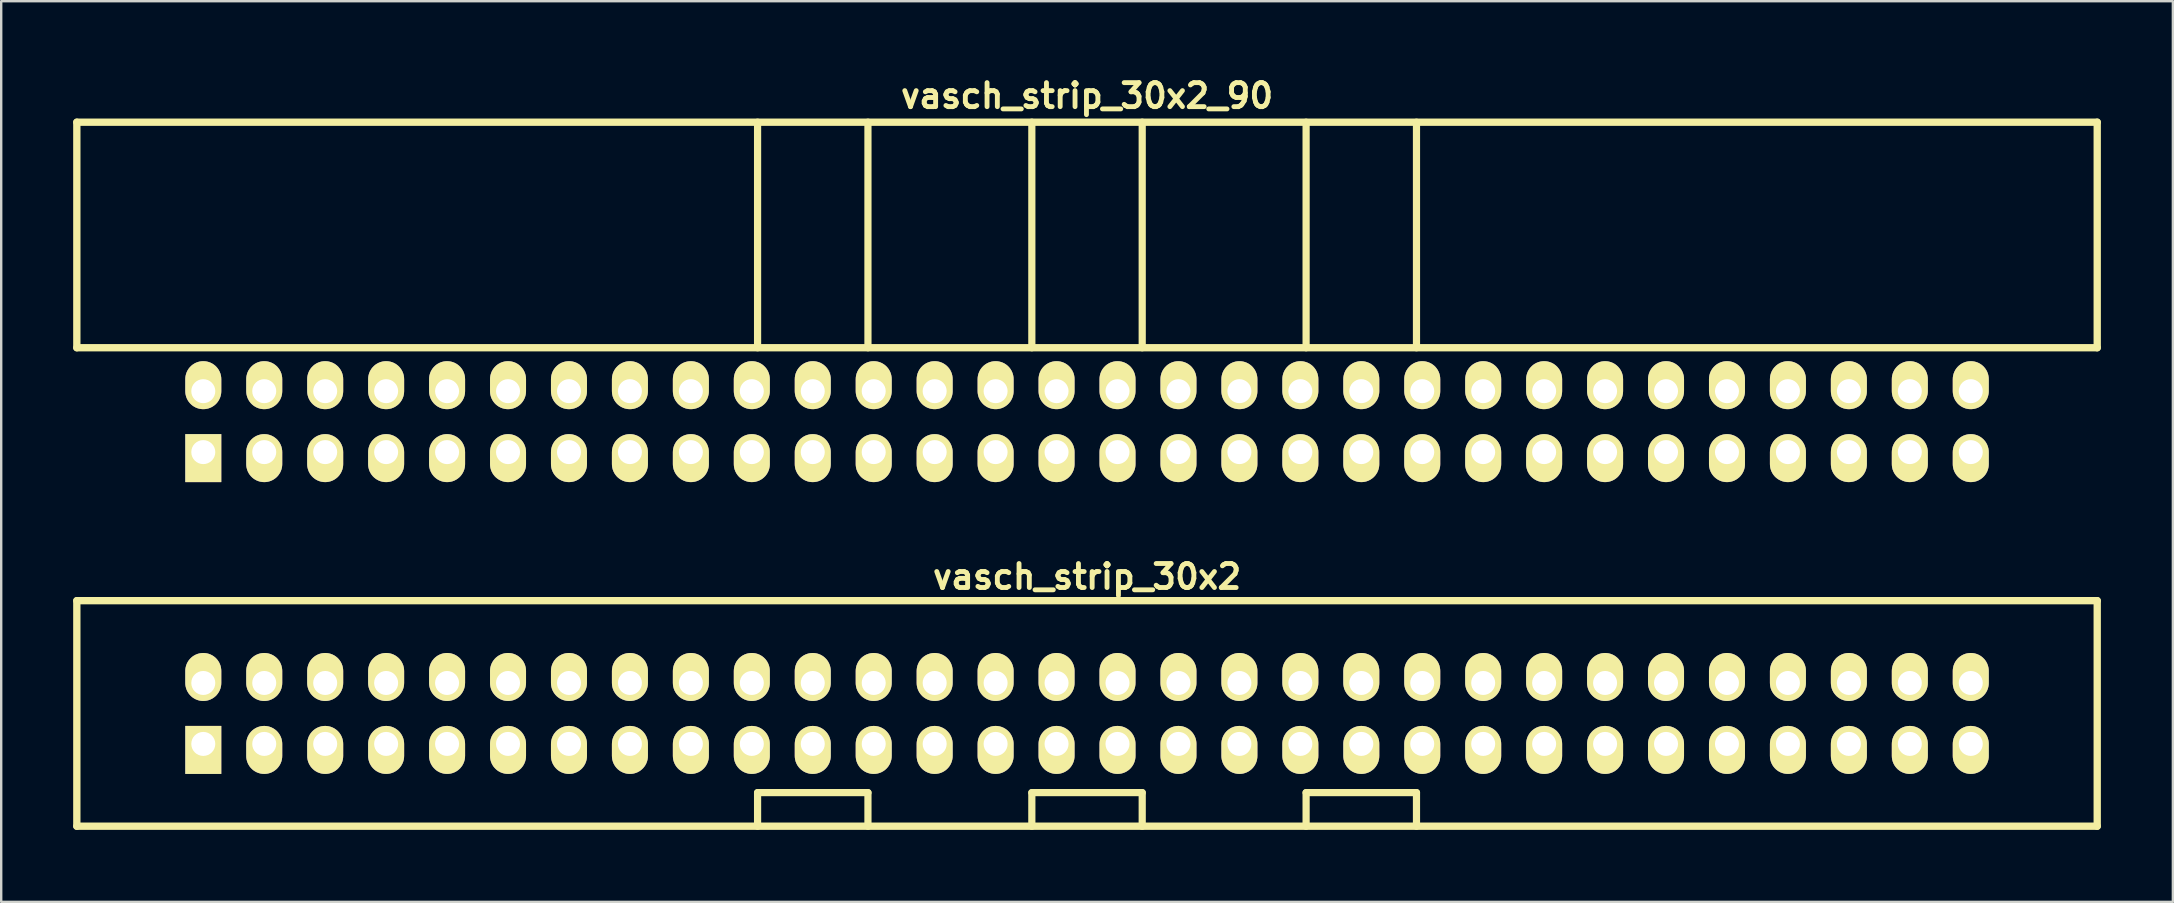
<source format=kicad_pcb>
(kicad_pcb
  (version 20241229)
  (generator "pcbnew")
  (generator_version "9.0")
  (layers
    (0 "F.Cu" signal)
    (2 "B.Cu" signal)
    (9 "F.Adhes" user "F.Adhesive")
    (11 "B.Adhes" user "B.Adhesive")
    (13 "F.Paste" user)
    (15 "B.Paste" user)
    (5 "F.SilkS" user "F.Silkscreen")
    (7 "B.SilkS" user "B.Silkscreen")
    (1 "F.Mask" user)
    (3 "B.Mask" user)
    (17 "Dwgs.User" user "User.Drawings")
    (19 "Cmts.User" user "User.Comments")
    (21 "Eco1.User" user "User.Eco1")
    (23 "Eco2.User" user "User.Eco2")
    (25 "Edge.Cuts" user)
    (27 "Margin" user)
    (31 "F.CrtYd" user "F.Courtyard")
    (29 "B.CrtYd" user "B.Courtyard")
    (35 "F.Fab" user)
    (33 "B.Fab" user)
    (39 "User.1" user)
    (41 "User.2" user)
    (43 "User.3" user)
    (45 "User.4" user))
  (footprint "vasch_strip_30x2"
    (layer "F.Cu")
    (at 42.252 26.683)
    (property "Reference" "vasch_strip_30x2" (at 0 -5.7 0) (layer "F.SilkS") (effects (font (size 1 1) (thickness 0.203))))
    (attr through_hole)
    (fp_line (start -42.1 -4.7) (end -42.1 4.7) (stroke (width 0.305) (type solid)) (layer "F.SilkS"))
    (fp_line (start -42.1 4.7) (end 42.1 4.7) (stroke (width 0.305) (type solid)) (layer "F.SilkS"))
    (fp_line (start -13.73 3.3) (end -13.73 4.7) (stroke (width 0.3) (type solid)) (layer "F.SilkS"))
    (fp_line (start -9.13 3.3) (end -13.73 3.3) (stroke (width 0.3) (type solid)) (layer "F.SilkS"))
    (fp_line (start -9.13 4.7) (end -9.13 3.3) (stroke (width 0.3) (type solid)) (layer "F.SilkS"))
    (fp_line (start -2.3 3.3) (end -2.3 4.7) (stroke (width 0.3) (type solid)) (layer "F.SilkS"))
    (fp_line (start 2.3 3.3) (end -2.3 3.3) (stroke (width 0.3) (type solid)) (layer "F.SilkS"))
    (fp_line (start 2.3 4.7) (end 2.3 3.3) (stroke (width 0.3) (type solid)) (layer "F.SilkS"))
    (fp_line (start 9.13 3.3) (end 9.13 4.7) (stroke (width 0.3) (type solid)) (layer "F.SilkS"))
    (fp_line (start 13.73 3.3) (end 9.13 3.3) (stroke (width 0.3) (type solid)) (layer "F.SilkS"))
    (fp_line (start 13.73 4.7) (end 13.73 3.3) (stroke (width 0.3) (type solid)) (layer "F.SilkS"))
    (fp_line (start 42.1 -4.7) (end -42.1 -4.7) (stroke (width 0.305) (type solid)) (layer "F.SilkS"))
    (fp_line (start 42.1 -4.7) (end 42.1 4.7) (stroke (width 0.305) (type solid)) (layer "F.SilkS"))
    (pad "1" thru_hole rect (at -36.83 1.27) (size 1.5 2) (drill 1 (offset 0 0.25)) (layers "*.Cu" "*.Mask" "F.SilkS"))
    (pad "2" thru_hole oval (at -36.83 -1.27) (size 1.5 2) (drill 1 (offset 0 -0.25)) (layers "*.Cu" "*.Mask" "F.SilkS"))
    (pad "3" thru_hole oval (at -34.29 1.27) (size 1.5 2) (drill 1 (offset 0 0.25)) (layers "*.Cu" "*.Mask" "F.SilkS"))
    (pad "4" thru_hole oval (at -34.29 -1.27) (size 1.5 2) (drill 1 (offset 0 -0.25)) (layers "*.Cu" "*.Mask" "F.SilkS"))
    (pad "5" thru_hole oval (at -31.75 1.27) (size 1.5 2) (drill 1 (offset 0 0.25)) (layers "*.Cu" "*.Mask" "F.SilkS"))
    (pad "6" thru_hole oval (at -31.75 -1.27) (size 1.5 2) (drill 1 (offset 0 -0.25)) (layers "*.Cu" "*.Mask" "F.SilkS"))
    (pad "7" thru_hole oval (at -29.21 1.27) (size 1.5 2) (drill 1 (offset 0 0.25)) (layers "*.Cu" "*.Mask" "F.SilkS"))
    (pad "8" thru_hole oval (at -29.21 -1.27) (size 1.5 2) (drill 1 (offset 0 -0.25)) (layers "*.Cu" "*.Mask" "F.SilkS"))
    (pad "9" thru_hole oval (at -26.67 1.27) (size 1.5 2) (drill 1 (offset 0 0.25)) (layers "*.Cu" "*.Mask" "F.SilkS"))
    (pad "10" thru_hole oval (at -26.67 -1.27) (size 1.5 2) (drill 1 (offset 0 -0.25)) (layers "*.Cu" "*.Mask" "F.SilkS"))
    (pad "11" thru_hole oval (at -24.13 1.27) (size 1.5 2) (drill 1 (offset 0 0.25)) (layers "*.Cu" "*.Mask" "F.SilkS"))
    (pad "12" thru_hole oval (at -24.13 -1.27) (size 1.5 2) (drill 1 (offset 0 -0.25)) (layers "*.Cu" "*.Mask" "F.SilkS"))
    (pad "13" thru_hole oval (at -21.59 1.27) (size 1.5 2) (drill 1 (offset 0 0.25)) (layers "*.Cu" "*.Mask" "F.SilkS"))
    (pad "14" thru_hole oval (at -21.59 -1.27) (size 1.5 2) (drill 1 (offset 0 -0.25)) (layers "*.Cu" "*.Mask" "F.SilkS"))
    (pad "15" thru_hole oval (at -19.05 1.27) (size 1.5 2) (drill 1 (offset 0 0.25)) (layers "*.Cu" "*.Mask" "F.SilkS"))
    (pad "16" thru_hole oval (at -19.05 -1.27) (size 1.5 2) (drill 1 (offset 0 -0.25)) (layers "*.Cu" "*.Mask" "F.SilkS"))
    (pad "17" thru_hole oval (at -16.51 1.27) (size 1.5 2) (drill 1 (offset 0 0.25)) (layers "*.Cu" "*.Mask" "F.SilkS"))
    (pad "18" thru_hole oval (at -16.51 -1.27) (size 1.5 2) (drill 1 (offset 0 -0.25)) (layers "*.Cu" "*.Mask" "F.SilkS"))
    (pad "19" thru_hole oval (at -13.97 1.27) (size 1.5 2) (drill 1 (offset 0 0.25)) (layers "*.Cu" "*.Mask" "F.SilkS"))
    (pad "20" thru_hole oval (at -13.97 -1.27) (size 1.5 2) (drill 1 (offset 0 -0.25)) (layers "*.Cu" "*.Mask" "F.SilkS"))
    (pad "21" thru_hole oval (at -11.43 1.27) (size 1.5 2) (drill 1 (offset 0 0.25)) (layers "*.Cu" "*.Mask" "F.SilkS"))
    (pad "22" thru_hole oval (at -11.43 -1.27) (size 1.5 2) (drill 1 (offset 0 -0.25)) (layers "*.Cu" "*.Mask" "F.SilkS"))
    (pad "23" thru_hole oval (at -8.89 1.27) (size 1.5 2) (drill 1 (offset 0 0.25)) (layers "*.Cu" "*.Mask" "F.SilkS"))
    (pad "24" thru_hole oval (at -8.89 -1.27) (size 1.5 2) (drill 1 (offset 0 -0.25)) (layers "*.Cu" "*.Mask" "F.SilkS"))
    (pad "25" thru_hole oval (at -6.35 1.27) (size 1.5 2) (drill 1 (offset 0 0.25)) (layers "*.Cu" "*.Mask" "F.SilkS"))
    (pad "26" thru_hole oval (at -6.35 -1.27) (size 1.5 2) (drill 1 (offset 0 -0.25)) (layers "*.Cu" "*.Mask" "F.SilkS"))
    (pad "27" thru_hole oval (at -3.81 1.27) (size 1.5 2) (drill 1 (offset 0 0.25)) (layers "*.Cu" "*.Mask" "F.SilkS"))
    (pad "28" thru_hole oval (at -3.81 -1.27) (size 1.5 2) (drill 1 (offset 0 -0.25)) (layers "*.Cu" "*.Mask" "F.SilkS"))
    (pad "29" thru_hole oval (at -1.27 1.27) (size 1.5 2) (drill 1 (offset 0 0.25)) (layers "*.Cu" "*.Mask" "F.SilkS"))
    (pad "30" thru_hole oval (at -1.27 -1.27) (size 1.5 2) (drill 1 (offset 0 -0.25)) (layers "*.Cu" "*.Mask" "F.SilkS"))
    (pad "31" thru_hole oval (at 1.27 1.27) (size 1.5 2) (drill 1 (offset 0 0.25)) (layers "*.Cu" "*.Mask" "F.SilkS"))
    (pad "32" thru_hole oval (at 1.27 -1.27) (size 1.5 2) (drill 1 (offset 0 -0.25)) (layers "*.Cu" "*.Mask" "F.SilkS"))
    (pad "33" thru_hole oval (at 3.81 1.27) (size 1.5 2) (drill 1 (offset 0 0.25)) (layers "*.Cu" "*.Mask" "F.SilkS"))
    (pad "34" thru_hole oval (at 3.81 -1.27) (size 1.5 2) (drill 1 (offset 0 -0.25)) (layers "*.Cu" "*.Mask" "F.SilkS"))
    (pad "35" thru_hole oval (at 6.35 1.27) (size 1.5 2) (drill 1 (offset 0 0.25)) (layers "*.Cu" "*.Mask" "F.SilkS"))
    (pad "36" thru_hole oval (at 6.35 -1.27) (size 1.5 2) (drill 1 (offset 0 -0.25)) (layers "*.Cu" "*.Mask" "F.SilkS"))
    (pad "37" thru_hole oval (at 8.89 1.27) (size 1.5 2) (drill 1 (offset 0 0.25)) (layers "*.Cu" "*.Mask" "F.SilkS"))
    (pad "38" thru_hole oval (at 8.89 -1.27) (size 1.5 2) (drill 1 (offset 0 -0.25)) (layers "*.Cu" "*.Mask" "F.SilkS"))
    (pad "39" thru_hole oval (at 11.43 1.27) (size 1.5 2) (drill 1 (offset 0 0.25)) (layers "*.Cu" "*.Mask" "F.SilkS"))
    (pad "40" thru_hole oval (at 11.43 -1.27) (size 1.5 2) (drill 1 (offset 0 -0.25)) (layers "*.Cu" "*.Mask" "F.SilkS"))
    (pad "41" thru_hole oval (at 13.97 1.27) (size 1.5 2) (drill 1 (offset 0 0.25)) (layers "*.Cu" "*.Mask" "F.SilkS"))
    (pad "42" thru_hole oval (at 13.97 -1.27) (size 1.5 2) (drill 1 (offset 0 -0.25)) (layers "*.Cu" "*.Mask" "F.SilkS"))
    (pad "43" thru_hole oval (at 16.51 1.27) (size 1.5 2) (drill 1 (offset 0 0.25)) (layers "*.Cu" "*.Mask" "F.SilkS"))
    (pad "44" thru_hole oval (at 16.51 -1.27) (size 1.5 2) (drill 1 (offset 0 -0.25)) (layers "*.Cu" "*.Mask" "F.SilkS"))
    (pad "45" thru_hole oval (at 19.05 1.27) (size 1.5 2) (drill 1 (offset 0 0.25)) (layers "*.Cu" "*.Mask" "F.SilkS"))
    (pad "46" thru_hole oval (at 19.05 -1.27) (size 1.5 2) (drill 1 (offset 0 -0.25)) (layers "*.Cu" "*.Mask" "F.SilkS"))
    (pad "47" thru_hole oval (at 21.59 1.27) (size 1.5 2) (drill 1 (offset 0 0.25)) (layers "*.Cu" "*.Mask" "F.SilkS"))
    (pad "48" thru_hole oval (at 21.59 -1.27) (size 1.5 2) (drill 1 (offset 0 -0.25)) (layers "*.Cu" "*.Mask" "F.SilkS"))
    (pad "49" thru_hole oval (at 24.13 1.27) (size 1.5 2) (drill 1 (offset 0 0.25)) (layers "*.Cu" "*.Mask" "F.SilkS"))
    (pad "50" thru_hole oval (at 24.13 -1.27) (size 1.5 2) (drill 1 (offset 0 -0.25)) (layers "*.Cu" "*.Mask" "F.SilkS"))
    (pad "51" thru_hole oval (at 26.67 1.27) (size 1.5 2) (drill 1 (offset 0 0.25)) (layers "*.Cu" "*.Mask" "F.SilkS"))
    (pad "52" thru_hole oval (at 26.67 -1.27) (size 1.5 2) (drill 1 (offset 0 -0.25)) (layers "*.Cu" "*.Mask" "F.SilkS"))
    (pad "53" thru_hole oval (at 29.21 1.27) (size 1.5 2) (drill 1 (offset 0 0.25)) (layers "*.Cu" "*.Mask" "F.SilkS"))
    (pad "54" thru_hole oval (at 29.21 -1.27) (size 1.5 2) (drill 1 (offset 0 -0.25)) (layers "*.Cu" "*.Mask" "F.SilkS"))
    (pad "55" thru_hole oval (at 31.75 1.27) (size 1.5 2) (drill 1 (offset 0 0.25)) (layers "*.Cu" "*.Mask" "F.SilkS"))
    (pad "56" thru_hole oval (at 31.75 -1.27) (size 1.5 2) (drill 1 (offset 0 -0.25)) (layers "*.Cu" "*.Mask" "F.SilkS"))
    (pad "57" thru_hole oval (at 34.29 1.27) (size 1.5 2) (drill 1 (offset 0 0.25)) (layers "*.Cu" "*.Mask" "F.SilkS"))
    (pad "58" thru_hole oval (at 34.29 -1.27) (size 1.5 2) (drill 1 (offset 0 -0.25)) (layers "*.Cu" "*.Mask" "F.SilkS"))
    (pad "59" thru_hole oval (at 36.83 1.27) (size 1.5 2) (drill 1 (offset 0 0.25)) (layers "*.Cu" "*.Mask" "F.SilkS"))
    (pad "60" thru_hole oval (at 36.83 -1.27) (size 1.5 2) (drill 1 (offset 0 -0.25)) (layers "*.Cu" "*.Mask" "F.SilkS")))
  (footprint "vasch_strip_30x2_90"
    (layer "F.Cu")
    (at 42.252 9.442)
    (property "Reference" "vasch_strip_30x2_90" (at 0 -8.5 0) (layer "F.SilkS") (effects (font (size 1 1) (thickness 0.203))))
    (attr through_hole)
    (fp_line (start -42.1 -7.4) (end -42.1 2) (stroke (width 0.305) (type solid)) (layer "F.SilkS"))
    (fp_line (start -42.1 2) (end 42.1 2) (stroke (width 0.305) (type solid)) (layer "F.SilkS"))
    (fp_line (start -13.73 -7.4) (end -13.73 2) (stroke (width 0.3) (type solid)) (layer "F.SilkS"))
    (fp_line (start -9.13 -7.4) (end -9.13 2) (stroke (width 0.3) (type solid)) (layer "F.SilkS"))
    (fp_line (start -2.3 -7.4) (end -2.3 2) (stroke (width 0.3) (type solid)) (layer "F.SilkS"))
    (fp_line (start 2.3 -7.4) (end 2.3 2) (stroke (width 0.3) (type solid)) (layer "F.SilkS"))
    (fp_line (start 9.13 -7.4) (end 9.13 2) (stroke (width 0.3) (type solid)) (layer "F.SilkS"))
    (fp_line (start 13.73 -7.4) (end 13.73 2) (stroke (width 0.3) (type solid)) (layer "F.SilkS"))
    (fp_line (start 42.1 -7.4) (end -42.1 -7.4) (stroke (width 0.305) (type solid)) (layer "F.SilkS"))
    (fp_line (start 42.1 -7.4) (end 42.1 2) (stroke (width 0.305) (type solid)) (layer "F.SilkS"))
    (pad "1" thru_hole rect (at -36.83 6.35) (size 1.5 2) (drill 1 (offset 0 0.25)) (layers "*.Cu" "*.Mask" "F.SilkS"))
    (pad "2" thru_hole oval (at -36.83 3.81) (size 1.5 2) (drill 1 (offset 0 -0.25)) (layers "*.Cu" "*.Mask" "F.SilkS"))
    (pad "3" thru_hole oval (at -34.29 6.35) (size 1.5 2) (drill 1 (offset 0 0.25)) (layers "*.Cu" "*.Mask" "F.SilkS"))
    (pad "4" thru_hole oval (at -34.29 3.81) (size 1.5 2) (drill 1 (offset 0 -0.25)) (layers "*.Cu" "*.Mask" "F.SilkS"))
    (pad "5" thru_hole oval (at -31.75 6.35) (size 1.5 2) (drill 1 (offset 0 0.25)) (layers "*.Cu" "*.Mask" "F.SilkS"))
    (pad "6" thru_hole oval (at -31.75 3.81) (size 1.5 2) (drill 1 (offset 0 -0.25)) (layers "*.Cu" "*.Mask" "F.SilkS"))
    (pad "7" thru_hole oval (at -29.21 6.35) (size 1.5 2) (drill 1 (offset 0 0.25)) (layers "*.Cu" "*.Mask" "F.SilkS"))
    (pad "8" thru_hole oval (at -29.21 3.81) (size 1.5 2) (drill 1 (offset 0 -0.25)) (layers "*.Cu" "*.Mask" "F.SilkS"))
    (pad "9" thru_hole oval (at -26.67 6.35) (size 1.5 2) (drill 1 (offset 0 0.25)) (layers "*.Cu" "*.Mask" "F.SilkS"))
    (pad "10" thru_hole oval (at -26.67 3.81) (size 1.5 2) (drill 1 (offset 0 -0.25)) (layers "*.Cu" "*.Mask" "F.SilkS"))
    (pad "11" thru_hole oval (at -24.13 6.35) (size 1.5 2) (drill 1 (offset 0 0.25)) (layers "*.Cu" "*.Mask" "F.SilkS"))
    (pad "12" thru_hole oval (at -24.13 3.81) (size 1.5 2) (drill 1 (offset 0 -0.25)) (layers "*.Cu" "*.Mask" "F.SilkS"))
    (pad "13" thru_hole oval (at -21.59 6.35) (size 1.5 2) (drill 1 (offset 0 0.25)) (layers "*.Cu" "*.Mask" "F.SilkS"))
    (pad "14" thru_hole oval (at -21.59 3.81) (size 1.5 2) (drill 1 (offset 0 -0.25)) (layers "*.Cu" "*.Mask" "F.SilkS"))
    (pad "15" thru_hole oval (at -19.05 6.35) (size 1.5 2) (drill 1 (offset 0 0.25)) (layers "*.Cu" "*.Mask" "F.SilkS"))
    (pad "16" thru_hole oval (at -19.05 3.81) (size 1.5 2) (drill 1 (offset 0 -0.25)) (layers "*.Cu" "*.Mask" "F.SilkS"))
    (pad "17" thru_hole oval (at -16.51 6.35) (size 1.5 2) (drill 1 (offset 0 0.25)) (layers "*.Cu" "*.Mask" "F.SilkS"))
    (pad "18" thru_hole oval (at -16.51 3.81) (size 1.5 2) (drill 1 (offset 0 -0.25)) (layers "*.Cu" "*.Mask" "F.SilkS"))
    (pad "19" thru_hole oval (at -13.97 6.35) (size 1.5 2) (drill 1 (offset 0 0.25)) (layers "*.Cu" "*.Mask" "F.SilkS"))
    (pad "20" thru_hole oval (at -13.97 3.81) (size 1.5 2) (drill 1 (offset 0 -0.25)) (layers "*.Cu" "*.Mask" "F.SilkS"))
    (pad "21" thru_hole oval (at -11.43 6.35) (size 1.5 2) (drill 1 (offset 0 0.25)) (layers "*.Cu" "*.Mask" "F.SilkS"))
    (pad "22" thru_hole oval (at -11.43 3.81) (size 1.5 2) (drill 1 (offset 0 -0.25)) (layers "*.Cu" "*.Mask" "F.SilkS"))
    (pad "23" thru_hole oval (at -8.89 6.35) (size 1.5 2) (drill 1 (offset 0 0.25)) (layers "*.Cu" "*.Mask" "F.SilkS"))
    (pad "24" thru_hole oval (at -8.89 3.81) (size 1.5 2) (drill 1 (offset 0 -0.25)) (layers "*.Cu" "*.Mask" "F.SilkS"))
    (pad "25" thru_hole oval (at -6.35 6.35) (size 1.5 2) (drill 1 (offset 0 0.25)) (layers "*.Cu" "*.Mask" "F.SilkS"))
    (pad "26" thru_hole oval (at -6.35 3.81) (size 1.5 2) (drill 1 (offset 0 -0.25)) (layers "*.Cu" "*.Mask" "F.SilkS"))
    (pad "27" thru_hole oval (at -3.81 6.35) (size 1.5 2) (drill 1 (offset 0 0.25)) (layers "*.Cu" "*.Mask" "F.SilkS"))
    (pad "28" thru_hole oval (at -3.81 3.81) (size 1.5 2) (drill 1 (offset 0 -0.25)) (layers "*.Cu" "*.Mask" "F.SilkS"))
    (pad "29" thru_hole oval (at -1.27 6.35) (size 1.5 2) (drill 1 (offset 0 0.25)) (layers "*.Cu" "*.Mask" "F.SilkS"))
    (pad "30" thru_hole oval (at -1.27 3.81) (size 1.5 2) (drill 1 (offset 0 -0.25)) (layers "*.Cu" "*.Mask" "F.SilkS"))
    (pad "31" thru_hole oval (at 1.27 6.35) (size 1.5 2) (drill 1 (offset 0 0.25)) (layers "*.Cu" "*.Mask" "F.SilkS"))
    (pad "32" thru_hole oval (at 1.27 3.81) (size 1.5 2) (drill 1 (offset 0 -0.25)) (layers "*.Cu" "*.Mask" "F.SilkS"))
    (pad "33" thru_hole oval (at 3.81 6.35) (size 1.5 2) (drill 1 (offset 0 0.25)) (layers "*.Cu" "*.Mask" "F.SilkS"))
    (pad "34" thru_hole oval (at 3.81 3.81) (size 1.5 2) (drill 1 (offset 0 -0.25)) (layers "*.Cu" "*.Mask" "F.SilkS"))
    (pad "35" thru_hole oval (at 6.35 6.35) (size 1.5 2) (drill 1 (offset 0 0.25)) (layers "*.Cu" "*.Mask" "F.SilkS"))
    (pad "36" thru_hole oval (at 6.35 3.81) (size 1.5 2) (drill 1 (offset 0 -0.25)) (layers "*.Cu" "*.Mask" "F.SilkS"))
    (pad "37" thru_hole oval (at 8.89 6.35) (size 1.5 2) (drill 1 (offset 0 0.25)) (layers "*.Cu" "*.Mask" "F.SilkS"))
    (pad "38" thru_hole oval (at 8.89 3.81) (size 1.5 2) (drill 1 (offset 0 -0.25)) (layers "*.Cu" "*.Mask" "F.SilkS"))
    (pad "39" thru_hole oval (at 11.43 6.35) (size 1.5 2) (drill 1 (offset 0 0.25)) (layers "*.Cu" "*.Mask" "F.SilkS"))
    (pad "40" thru_hole oval (at 11.43 3.81) (size 1.5 2) (drill 1 (offset 0 -0.25)) (layers "*.Cu" "*.Mask" "F.SilkS"))
    (pad "41" thru_hole oval (at 13.97 6.35) (size 1.5 2) (drill 1 (offset 0 0.25)) (layers "*.Cu" "*.Mask" "F.SilkS"))
    (pad "42" thru_hole oval (at 13.97 3.81) (size 1.5 2) (drill 1 (offset 0 -0.25)) (layers "*.Cu" "*.Mask" "F.SilkS"))
    (pad "43" thru_hole oval (at 16.51 6.35) (size 1.5 2) (drill 1 (offset 0 0.25)) (layers "*.Cu" "*.Mask" "F.SilkS"))
    (pad "44" thru_hole oval (at 16.51 3.81) (size 1.5 2) (drill 1 (offset 0 -0.25)) (layers "*.Cu" "*.Mask" "F.SilkS"))
    (pad "45" thru_hole oval (at 19.05 6.35) (size 1.5 2) (drill 1 (offset 0 0.25)) (layers "*.Cu" "*.Mask" "F.SilkS"))
    (pad "46" thru_hole oval (at 19.05 3.81) (size 1.5 2) (drill 1 (offset 0 -0.25)) (layers "*.Cu" "*.Mask" "F.SilkS"))
    (pad "47" thru_hole oval (at 21.59 6.35) (size 1.5 2) (drill 1 (offset 0 0.25)) (layers "*.Cu" "*.Mask" "F.SilkS"))
    (pad "48" thru_hole oval (at 21.59 3.81) (size 1.5 2) (drill 1 (offset 0 -0.25)) (layers "*.Cu" "*.Mask" "F.SilkS"))
    (pad "49" thru_hole oval (at 24.13 6.35) (size 1.5 2) (drill 1 (offset 0 0.25)) (layers "*.Cu" "*.Mask" "F.SilkS"))
    (pad "50" thru_hole oval (at 24.13 3.81) (size 1.5 2) (drill 1 (offset 0 -0.25)) (layers "*.Cu" "*.Mask" "F.SilkS"))
    (pad "51" thru_hole oval (at 26.67 6.35) (size 1.5 2) (drill 1 (offset 0 0.25)) (layers "*.Cu" "*.Mask" "F.SilkS"))
    (pad "52" thru_hole oval (at 26.67 3.81) (size 1.5 2) (drill 1 (offset 0 -0.25)) (layers "*.Cu" "*.Mask" "F.SilkS"))
    (pad "53" thru_hole oval (at 29.21 6.35) (size 1.5 2) (drill 1 (offset 0 0.25)) (layers "*.Cu" "*.Mask" "F.SilkS"))
    (pad "54" thru_hole oval (at 29.21 3.81) (size 1.5 2) (drill 1 (offset 0 -0.25)) (layers "*.Cu" "*.Mask" "F.SilkS"))
    (pad "55" thru_hole oval (at 31.75 6.35) (size 1.5 2) (drill 1 (offset 0 0.25)) (layers "*.Cu" "*.Mask" "F.SilkS"))
    (pad "56" thru_hole oval (at 31.75 3.81) (size 1.5 2) (drill 1 (offset 0 -0.25)) (layers "*.Cu" "*.Mask" "F.SilkS"))
    (pad "57" thru_hole oval (at 34.29 6.35) (size 1.5 2) (drill 1 (offset 0 0.25)) (layers "*.Cu" "*.Mask" "F.SilkS"))
    (pad "58" thru_hole oval (at 34.29 3.81) (size 1.5 2) (drill 1 (offset 0 -0.25)) (layers "*.Cu" "*.Mask" "F.SilkS"))
    (pad "59" thru_hole oval (at 36.83 6.35) (size 1.5 2) (drill 1 (offset 0 0.25)) (layers "*.Cu" "*.Mask" "F.SilkS"))
    (pad "60" thru_hole oval (at 36.83 3.81) (size 1.5 2) (drill 1 (offset 0 -0.25)) (layers "*.Cu" "*.Mask" "F.SilkS")))
  (gr_rect
    (start -3 -3)
    (end 87.505 34.536)
    (stroke (width 0.1) (type default))
    (fill no)
    (layer "Edge.Cuts")))
</source>
